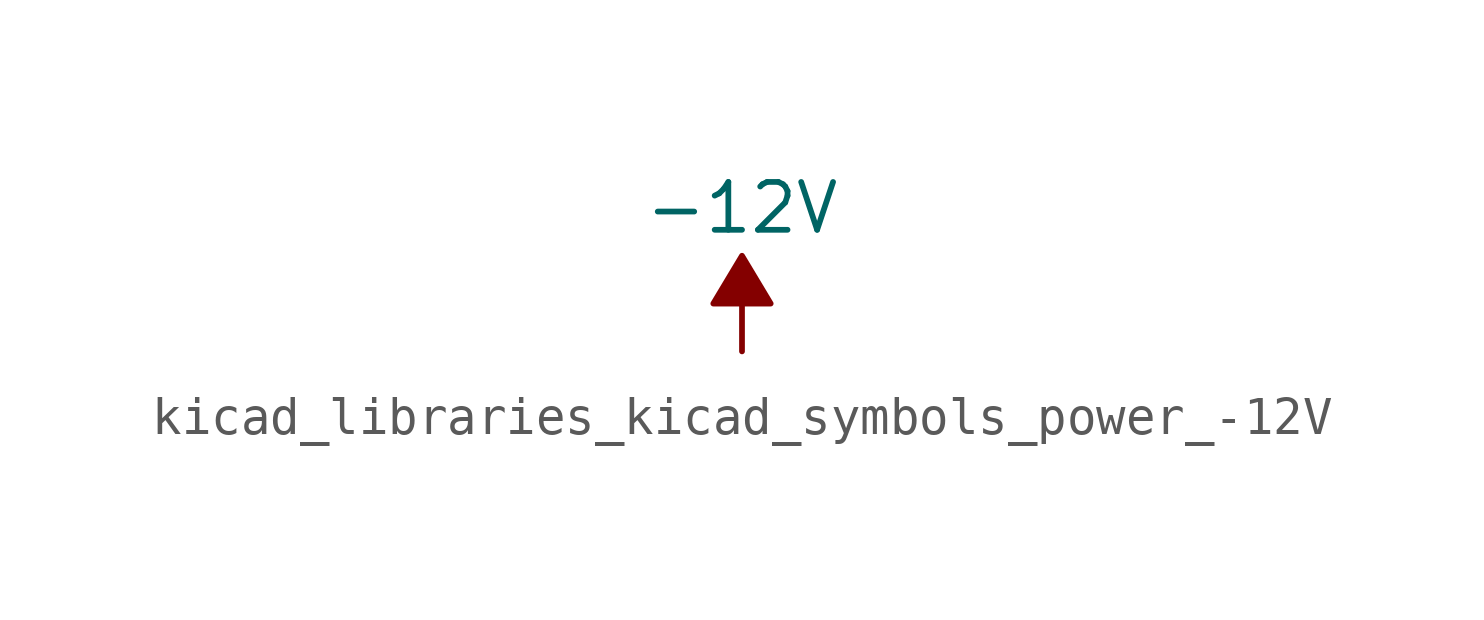
<source format=kicad_sym>
(kicad_symbol_lib
  (version 20220914)
  (generator kicad_symbol_editor)
  (symbol "kicad_libraries_kicad_symbols_power_-12V"
    (power)
    (pin_names
      (offset 0))
    (property "Reference" "#PWR"
      (at 0 2.54 0)
      (effects (font (size 1.27 1.27)) hide))
    (property "Value" "-12V"
      (at 0 3.81 0)
      (effects (font (size 1.27 1.27))))
    (symbol "kicad_libraries_kicad_symbols_power_-12V_0_0"
      (pin power_in line (at 0 0 90) (length 0) hide (name "-12V" (effects (font (size 1.27 1.27)))) (number "1" (effects (font (size 1.27 1.27))))))
    (symbol "kicad_libraries_kicad_symbols_power_-12V_0_1"
      (polyline (pts (xy 0 0) (xy 0 1.27) (xy 0.762 1.27) (xy 0 2.54) (xy -0.762 1.27) (xy 0 1.27)) (stroke (width 0) (type default)) (fill (type outline))))))
</source>
